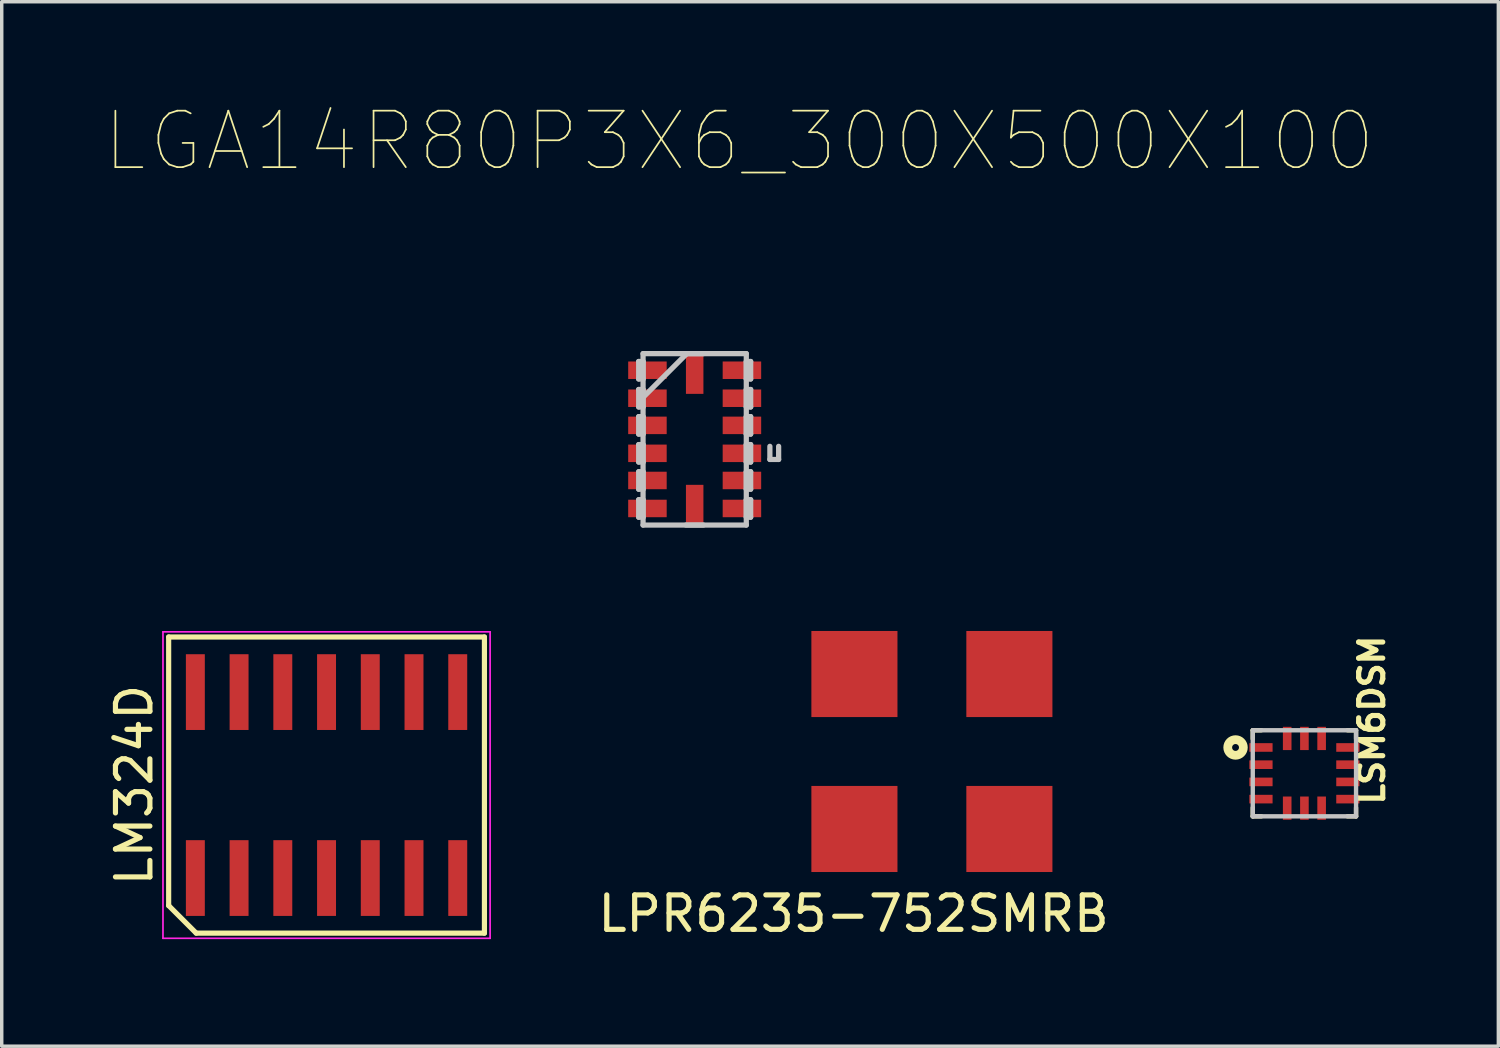
<source format=kicad_pcb>
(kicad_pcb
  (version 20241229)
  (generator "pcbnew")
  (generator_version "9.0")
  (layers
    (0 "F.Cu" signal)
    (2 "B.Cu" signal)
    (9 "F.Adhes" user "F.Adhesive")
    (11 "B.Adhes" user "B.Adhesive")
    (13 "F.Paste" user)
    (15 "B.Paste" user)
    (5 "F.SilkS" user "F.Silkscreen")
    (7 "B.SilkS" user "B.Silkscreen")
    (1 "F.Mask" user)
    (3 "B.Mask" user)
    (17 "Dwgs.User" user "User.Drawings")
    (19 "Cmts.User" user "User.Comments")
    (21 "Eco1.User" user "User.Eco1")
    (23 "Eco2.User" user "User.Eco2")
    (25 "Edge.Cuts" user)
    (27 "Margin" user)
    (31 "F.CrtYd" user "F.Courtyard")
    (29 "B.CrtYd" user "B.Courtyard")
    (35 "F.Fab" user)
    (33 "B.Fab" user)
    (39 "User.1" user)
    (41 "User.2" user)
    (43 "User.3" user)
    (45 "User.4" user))
  (footprint "LGA14R80P3X6_300X500X100"
    (layer "F.Cu")
    (at 17.124 9.709)
    (property "Reference" "LGA14R80P3X6_300X500X100" (at 1.295 -8.661 0) (layer "F.SilkS") (effects (font (size 1.64 1.64) (thickness 0.05))))
    (attr smd)
    (fp_line (start -1.626 -2.261) (end -1.626 -1.753) (stroke (width 0.152) (type solid)) (layer "Dwgs.User"))
    (fp_line (start -1.626 -1.753) (end -1.499 -1.753) (stroke (width 0.152) (type solid)) (layer "Dwgs.User"))
    (fp_line (start -1.626 -1.448) (end -1.626 -0.94) (stroke (width 0.152) (type solid)) (layer "Dwgs.User"))
    (fp_line (start -1.626 -0.94) (end -1.499 -0.94) (stroke (width 0.152) (type solid)) (layer "Dwgs.User"))
    (fp_line (start -1.626 -0.66) (end -1.626 -0.152) (stroke (width 0.152) (type solid)) (layer "Dwgs.User"))
    (fp_line (start -1.626 -0.152) (end -1.499 -0.152) (stroke (width 0.152) (type solid)) (layer "Dwgs.User"))
    (fp_line (start -1.626 0.152) (end -1.626 0.66) (stroke (width 0.152) (type solid)) (layer "Dwgs.User"))
    (fp_line (start -1.626 0.66) (end -1.499 0.66) (stroke (width 0.152) (type solid)) (layer "Dwgs.User"))
    (fp_line (start -1.626 0.94) (end -1.626 1.448) (stroke (width 0.152) (type solid)) (layer "Dwgs.User"))
    (fp_line (start -1.626 1.448) (end -1.499 1.448) (stroke (width 0.152) (type solid)) (layer "Dwgs.User"))
    (fp_line (start -1.626 1.753) (end -1.626 2.261) (stroke (width 0.152) (type solid)) (layer "Dwgs.User"))
    (fp_line (start -1.626 2.261) (end -1.499 2.261) (stroke (width 0.152) (type solid)) (layer "Dwgs.User"))
    (fp_line (start -1.499 -2.489) (end -1.499 2.489) (stroke (width 0.152) (type solid)) (layer "Dwgs.User"))
    (fp_line (start -1.499 -2.261) (end -1.626 -2.261) (stroke (width 0.152) (type solid)) (layer "Dwgs.User"))
    (fp_line (start -1.499 -1.753) (end -1.499 -2.261) (stroke (width 0.152) (type solid)) (layer "Dwgs.User"))
    (fp_line (start -1.499 -1.448) (end -1.626 -1.448) (stroke (width 0.152) (type solid)) (layer "Dwgs.User"))
    (fp_line (start -1.499 -1.219) (end -0.229 -2.489) (stroke (width 0.152) (type solid)) (layer "Dwgs.User"))
    (fp_line (start -1.499 -0.94) (end -1.499 -1.448) (stroke (width 0.152) (type solid)) (layer "Dwgs.User"))
    (fp_line (start -1.499 -0.66) (end -1.626 -0.66) (stroke (width 0.152) (type solid)) (layer "Dwgs.User"))
    (fp_line (start -1.499 -0.152) (end -1.499 -0.66) (stroke (width 0.152) (type solid)) (layer "Dwgs.User"))
    (fp_line (start -1.499 0.152) (end -1.626 0.152) (stroke (width 0.152) (type solid)) (layer "Dwgs.User"))
    (fp_line (start -1.499 0.66) (end -1.499 0.152) (stroke (width 0.152) (type solid)) (layer "Dwgs.User"))
    (fp_line (start -1.499 0.94) (end -1.626 0.94) (stroke (width 0.152) (type solid)) (layer "Dwgs.User"))
    (fp_line (start -1.499 1.448) (end -1.499 0.94) (stroke (width 0.152) (type solid)) (layer "Dwgs.User"))
    (fp_line (start -1.499 1.753) (end -1.626 1.753) (stroke (width 0.152) (type solid)) (layer "Dwgs.User"))
    (fp_line (start -1.499 2.261) (end -1.499 1.753) (stroke (width 0.152) (type solid)) (layer "Dwgs.User"))
    (fp_line (start -1.499 2.489) (end 1.499 2.489) (stroke (width 0.152) (type solid)) (layer "Dwgs.User"))
    (fp_line (start -0.254 2.489) (end 0.254 2.489) (stroke (width 0.152) (type solid)) (layer "Dwgs.User"))
    (fp_line (start 0.254 -2.489) (end -0.254 -2.489) (stroke (width 0.152) (type solid)) (layer "Dwgs.User"))
    (fp_line (start 1.499 -2.489) (end -1.499 -2.489) (stroke (width 0.152) (type solid)) (layer "Dwgs.User"))
    (fp_line (start 1.499 -2.261) (end 1.499 -1.753) (stroke (width 0.152) (type solid)) (layer "Dwgs.User"))
    (fp_line (start 1.499 -1.753) (end 1.626 -1.753) (stroke (width 0.152) (type solid)) (layer "Dwgs.User"))
    (fp_line (start 1.499 -1.448) (end 1.499 -0.94) (stroke (width 0.152) (type solid)) (layer "Dwgs.User"))
    (fp_line (start 1.499 -0.94) (end 1.626 -0.94) (stroke (width 0.152) (type solid)) (layer "Dwgs.User"))
    (fp_line (start 1.499 -0.66) (end 1.499 -0.152) (stroke (width 0.152) (type solid)) (layer "Dwgs.User"))
    (fp_line (start 1.499 -0.152) (end 1.626 -0.152) (stroke (width 0.152) (type solid)) (layer "Dwgs.User"))
    (fp_line (start 1.499 0.152) (end 1.499 0.66) (stroke (width 0.152) (type solid)) (layer "Dwgs.User"))
    (fp_line (start 1.499 0.66) (end 1.626 0.66) (stroke (width 0.152) (type solid)) (layer "Dwgs.User"))
    (fp_line (start 1.499 0.94) (end 1.499 1.448) (stroke (width 0.152) (type solid)) (layer "Dwgs.User"))
    (fp_line (start 1.499 1.448) (end 1.626 1.448) (stroke (width 0.152) (type solid)) (layer "Dwgs.User"))
    (fp_line (start 1.499 1.753) (end 1.499 2.261) (stroke (width 0.152) (type solid)) (layer "Dwgs.User"))
    (fp_line (start 1.499 2.261) (end 1.626 2.261) (stroke (width 0.152) (type solid)) (layer "Dwgs.User"))
    (fp_line (start 1.499 2.489) (end 1.499 -2.489) (stroke (width 0.152) (type solid)) (layer "Dwgs.User"))
    (fp_line (start 1.626 -2.261) (end 1.499 -2.261) (stroke (width 0.152) (type solid)) (layer "Dwgs.User"))
    (fp_line (start 1.626 -1.753) (end 1.626 -2.261) (stroke (width 0.152) (type solid)) (layer "Dwgs.User"))
    (fp_line (start 1.626 -1.448) (end 1.499 -1.448) (stroke (width 0.152) (type solid)) (layer "Dwgs.User"))
    (fp_line (start 1.626 -0.94) (end 1.626 -1.448) (stroke (width 0.152) (type solid)) (layer "Dwgs.User"))
    (fp_line (start 1.626 -0.66) (end 1.499 -0.66) (stroke (width 0.152) (type solid)) (layer "Dwgs.User"))
    (fp_line (start 1.626 -0.152) (end 1.626 -0.66) (stroke (width 0.152) (type solid)) (layer "Dwgs.User"))
    (fp_line (start 1.626 0.152) (end 1.499 0.152) (stroke (width 0.152) (type solid)) (layer "Dwgs.User"))
    (fp_line (start 1.626 0.66) (end 1.626 0.152) (stroke (width 0.152) (type solid)) (layer "Dwgs.User"))
    (fp_line (start 1.626 0.94) (end 1.499 0.94) (stroke (width 0.152) (type solid)) (layer "Dwgs.User"))
    (fp_line (start 1.626 1.448) (end 1.626 0.94) (stroke (width 0.152) (type solid)) (layer "Dwgs.User"))
    (fp_line (start 1.626 1.753) (end 1.499 1.753) (stroke (width 0.152) (type solid)) (layer "Dwgs.User"))
    (fp_line (start 1.626 2.261) (end 1.626 1.753) (stroke (width 0.152) (type solid)) (layer "Dwgs.User"))
    (fp_line (start 2.184 0.584) (end 2.184 0.203) (stroke (width 0.152) (type solid)) (layer "Dwgs.User"))
    (fp_line (start 2.438 0.203) (end 2.438 0.584) (stroke (width 0.152) (type solid)) (layer "Dwgs.User"))
    (fp_line (start 2.438 0.584) (end 2.184 0.584) (stroke (width 0.152) (type solid)) (layer "Dwgs.User"))
    (pad "1" smd rect (at -1.372 -2.007 270) (size 0.508 1.118) (layers "F.Cu" "F.Mask" "F.Paste"))
    (pad "2" smd rect (at -1.372 -1.194 270) (size 0.508 1.118) (layers "F.Cu" "F.Mask" "F.Paste"))
    (pad "3" smd rect (at -1.372 -0.406 270) (size 0.508 1.118) (layers "F.Cu" "F.Mask" "F.Paste"))
    (pad "4" smd rect (at -1.372 0.406 270) (size 0.508 1.118) (layers "F.Cu" "F.Mask" "F.Paste"))
    (pad "5" smd rect (at -1.372 1.194 270) (size 0.508 1.118) (layers "F.Cu" "F.Mask" "F.Paste"))
    (pad "6" smd rect (at -1.372 2.007 270) (size 0.508 1.118) (layers "F.Cu" "F.Mask" "F.Paste"))
    (pad "7" smd rect (at 0 1.88 180) (size 0.508 1.118) (layers "F.Cu" "F.Mask" "F.Paste"))
    (pad "8" smd rect (at 1.372 2.007 270) (size 0.508 1.118) (layers "F.Cu" "F.Mask" "F.Paste"))
    (pad "9" smd rect (at 1.372 1.194 270) (size 0.508 1.118) (layers "F.Cu" "F.Mask" "F.Paste"))
    (pad "10" smd rect (at 1.372 0.406 270) (size 0.508 1.118) (layers "F.Cu" "F.Mask" "F.Paste"))
    (pad "11" smd rect (at 1.372 -0.406 270) (size 0.508 1.118) (layers "F.Cu" "F.Mask" "F.Paste"))
    (pad "12" smd rect (at 1.372 -1.194 270) (size 0.508 1.118) (layers "F.Cu" "F.Mask" "F.Paste"))
    (pad "13" smd rect (at 1.372 -2.007 270) (size 0.508 1.118) (layers "F.Cu" "F.Mask" "F.Paste"))
    (pad "14" smd rect (at 0 -1.88 180) (size 0.508 1.118) (layers "F.Cu" "F.Mask" "F.Paste")))
  (footprint "LSM6DSM"
    (layer "F.Cu")
    (at 34.831 19.407)
    (property "Reference" "LSM6DSM" (at 1.959 -1.545 90) (layer "F.SilkS") (effects (font (size 0.7 0.7) (thickness 0.15))))
    (attr smd)
    (fp_line (start -1.5 -1.25) (end -1.25 -1.25) (stroke (width 0.127) (type solid)) (layer "F.SilkS"))
    (fp_line (start -1.5 -1) (end -1.5 -1.25) (stroke (width 0.127) (type solid)) (layer "F.SilkS"))
    (fp_line (start -1.5 1) (end -1.5 1.25) (stroke (width 0.127) (type solid)) (layer "F.SilkS"))
    (fp_line (start -1.5 1.25) (end -1.25 1.25) (stroke (width 0.127) (type solid)) (layer "F.SilkS"))
    (fp_line (start 1.25 -1.25) (end 1.5 -1.25) (stroke (width 0.127) (type solid)) (layer "F.SilkS"))
    (fp_line (start 1.25 1.25) (end 1.5 1.25) (stroke (width 0.127) (type solid)) (layer "F.SilkS"))
    (fp_line (start 1.5 -1.25) (end 1.5 -1) (stroke (width 0.127) (type solid)) (layer "F.SilkS"))
    (fp_line (start 1.5 1) (end 1.5 1.25) (stroke (width 0.127) (type solid)) (layer "F.SilkS"))
    (fp_circle (center -2 -0.75) (end -1.9 -0.75) (stroke (width 0.254) (type solid)) (fill no) (layer "F.SilkS"))
    (fp_line (start -1.5 -1.25) (end -1.5 1.25) (stroke (width 0.127) (type solid)) (layer "Dwgs.User"))
    (fp_line (start -1.5 -1.25) (end 1.5 -1.25) (stroke (width 0.127) (type solid)) (layer "Dwgs.User"))
    (fp_line (start -1.5 1.25) (end 1.5 1.25) (stroke (width 0.127) (type solid)) (layer "Dwgs.User"))
    (fp_line (start 1.5 -1.25) (end 1.5 1.25) (stroke (width 0.127) (type solid)) (layer "Dwgs.User"))
    (fp_line (start -2.5 -2.26) (end 2.5 -2.25) (stroke (width 0.127) (type solid)) (layer "Eco1.User"))
    (fp_line (start -2.5 -2.25) (end -2.5 2.25) (stroke (width 0.127) (type solid)) (layer "Eco1.User"))
    (fp_line (start -2.5 2.25) (end 2.5 2.25) (stroke (width 0.127) (type solid)) (layer "Eco1.User"))
    (fp_line (start 2.5 -2.25) (end 2.5 2.25) (stroke (width 0.127) (type solid)) (layer "Eco1.User"))
    (pad "1" smd rect (at -1.262 -0.75) (size 0.675 0.25) (layers "F.Cu" "F.Mask" "F.Paste"))
    (pad "2" smd rect (at -1.262 -0.25) (size 0.675 0.25) (layers "F.Cu" "F.Mask" "F.Paste"))
    (pad "3" smd rect (at -1.262 0.25) (size 0.675 0.25) (layers "F.Cu" "F.Mask" "F.Paste"))
    (pad "4" smd rect (at -1.262 0.75) (size 0.675 0.25) (layers "F.Cu" "F.Mask" "F.Paste"))
    (pad "5" smd rect (at -0.5 1.012 270) (size 0.675 0.25) (layers "F.Cu" "F.Mask" "F.Paste"))
    (pad "6" smd rect (at 0 1.012 270) (size 0.675 0.25) (layers "F.Cu" "F.Mask" "F.Paste"))
    (pad "7" smd rect (at 0.5 1.012 270) (size 0.675 0.25) (layers "F.Cu" "F.Mask" "F.Paste"))
    (pad "8" smd rect (at 1.262 0.75) (size 0.675 0.25) (layers "F.Cu" "F.Mask" "F.Paste"))
    (pad "9" smd rect (at 1.262 0.25) (size 0.675 0.25) (layers "F.Cu" "F.Mask" "F.Paste"))
    (pad "10" smd rect (at 1.262 -0.25) (size 0.675 0.25) (layers "F.Cu" "F.Mask" "F.Paste"))
    (pad "11" smd rect (at 1.262 -0.75) (size 0.675 0.25) (layers "F.Cu" "F.Mask" "F.Paste"))
    (pad "12" smd rect (at 0.5 -1.012 90) (size 0.675 0.25) (layers "F.Cu" "F.Mask" "F.Paste"))
    (pad "13" smd rect (at 0 -1.012 90) (size 0.675 0.25) (layers "F.Cu" "F.Mask" "F.Paste"))
    (pad "14" smd rect (at -0.5 -1.012 90) (size 0.675 0.25) (layers "F.Cu" "F.Mask" "F.Paste")))
  (footprint "LM324D"
    (layer "F.Cu")
    (at 6.433 19.749)
    (property "Reference" "LM324D" (at -5.585 0 90) (layer "F.SilkS") (effects (font (size 1 1) (thickness 0.15))))
    (attr smd)
    (fp_line (start -4.585 -4.3) (end 4.585 -4.3) (stroke (width 0.15) (type solid)) (layer "F.SilkS"))
    (fp_line (start -4.585 3.5) (end -4.585 -4.3) (stroke (width 0.15) (type solid)) (layer "F.SilkS"))
    (fp_line (start -3.785 4.3) (end -4.585 3.5) (stroke (width 0.15) (type solid)) (layer "F.SilkS"))
    (fp_line (start 4.585 -4.3) (end 4.585 4.3) (stroke (width 0.15) (type solid)) (layer "F.SilkS"))
    (fp_line (start 4.585 4.3) (end -3.785 4.3) (stroke (width 0.15) (type solid)) (layer "F.SilkS"))
    (fp_line (start -4.75 -4.45) (end 4.75 -4.45) (stroke (width 0.05) (type solid)) (layer "F.CrtYd"))
    (fp_line (start -4.75 4.45) (end -4.75 -4.45) (stroke (width 0.05) (type solid)) (layer "F.CrtYd"))
    (fp_line (start 4.75 -4.45) (end 4.75 4.45) (stroke (width 0.05) (type solid)) (layer "F.CrtYd"))
    (fp_line (start 4.75 4.45) (end -4.75 4.45) (stroke (width 0.05) (type solid)) (layer "F.CrtYd"))
    (pad "1" smd rect (at -3.81 2.7) (size 0.55 2.2) (layers "F.Cu" "F.Mask" "F.Paste"))
    (pad "2" smd rect (at -2.54 2.7) (size 0.55 2.2) (layers "F.Cu" "F.Mask" "F.Paste"))
    (pad "3" smd rect (at -1.27 2.7) (size 0.55 2.2) (layers "F.Cu" "F.Mask" "F.Paste"))
    (pad "4" smd rect (at 0 2.7) (size 0.55 2.2) (layers "F.Cu" "F.Mask" "F.Paste"))
    (pad "5" smd rect (at 1.27 2.7) (size 0.55 2.2) (layers "F.Cu" "F.Mask" "F.Paste"))
    (pad "6" smd rect (at 2.54 2.7) (size 0.55 2.2) (layers "F.Cu" "F.Mask" "F.Paste"))
    (pad "7" smd rect (at 3.81 2.7) (size 0.55 2.2) (layers "F.Cu" "F.Mask" "F.Paste"))
    (pad "8" smd rect (at 3.81 -2.7) (size 0.55 2.2) (layers "F.Cu" "F.Mask" "F.Paste"))
    (pad "9" smd rect (at 2.54 -2.7) (size 0.55 2.2) (layers "F.Cu" "F.Mask" "F.Paste"))
    (pad "10" smd rect (at 1.27 -2.7) (size 0.55 2.2) (layers "F.Cu" "F.Mask" "F.Paste"))
    (pad "11" smd rect (at 0 -2.7) (size 0.55 2.2) (layers "F.Cu" "F.Mask" "F.Paste"))
    (pad "12" smd rect (at -1.27 -2.7) (size 0.55 2.2) (layers "F.Cu" "F.Mask" "F.Paste"))
    (pad "13" smd rect (at -2.54 -2.7) (size 0.55 2.2) (layers "F.Cu" "F.Mask" "F.Paste"))
    (pad "14" smd rect (at -3.81 -2.7) (size 0.55 2.2) (layers "F.Cu" "F.Mask" "F.Paste")))
  (footprint "LPR6235-752SMRB"
    (layer "F.Cu")
    (at 21.763 16.524)
    (property "Reference" "LPR6235-752SMRB" (at -0.025 6.96 0) (layer "F.SilkS") (effects (font (size 1 1) (thickness 0.15))))
    (attr through_hole)
    (pad "1" smd rect (at 0 0) (size 2.5 2.5) (layers "F.Cu" "F.Mask" "F.Paste"))
    (pad "2" smd rect (at 0 4.5) (size 2.5 2.5) (layers "F.Cu" "F.Mask" "F.Paste"))
    (pad "3" smd rect (at 4.5 4.5) (size 2.5 2.5) (layers "F.Cu" "F.Mask" "F.Paste"))
    (pad "4" smd rect (at 4.5 0) (size 2.5 2.5) (layers "F.Cu" "F.Mask" "F.Paste")))
  (gr_rect
    (start -3 -3)
    (end 40.463 27.332)
    (stroke (width 0.1) (type default))
    (fill no)
    (layer "Edge.Cuts")))
</source>
